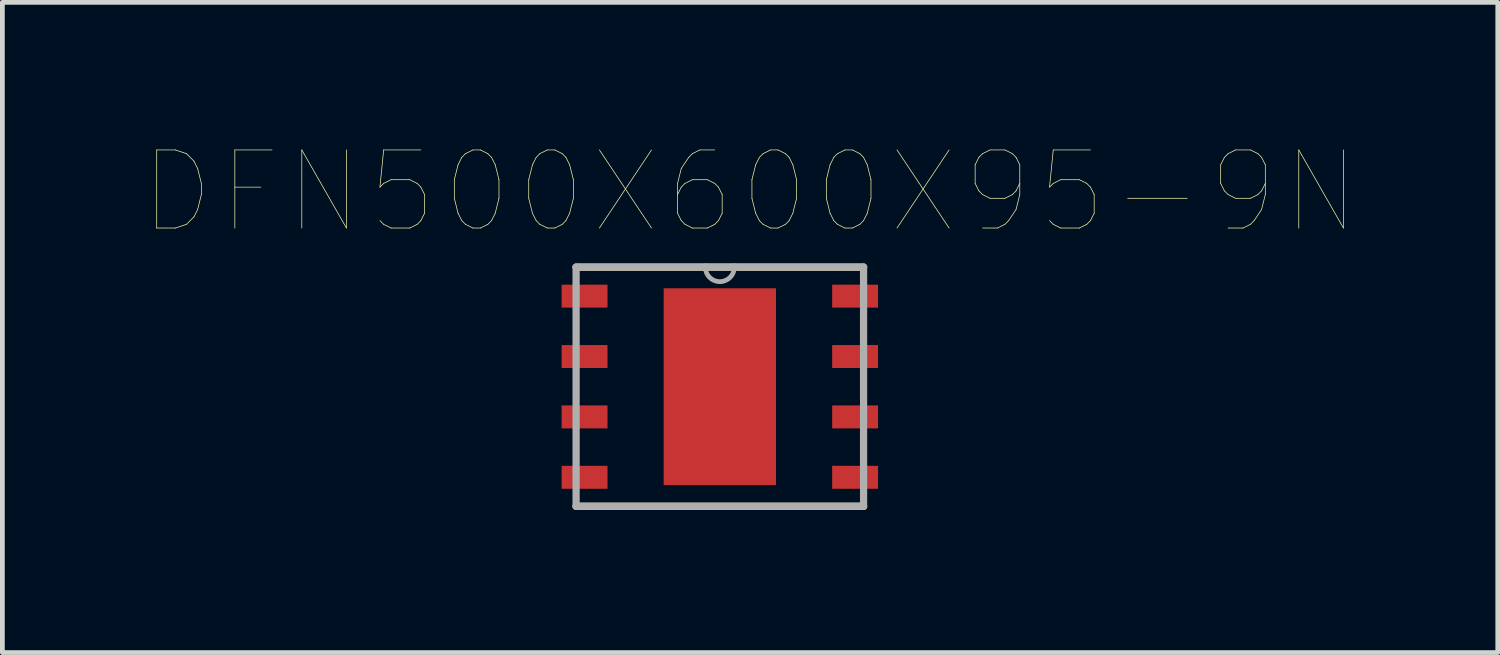
<source format=kicad_pcb>
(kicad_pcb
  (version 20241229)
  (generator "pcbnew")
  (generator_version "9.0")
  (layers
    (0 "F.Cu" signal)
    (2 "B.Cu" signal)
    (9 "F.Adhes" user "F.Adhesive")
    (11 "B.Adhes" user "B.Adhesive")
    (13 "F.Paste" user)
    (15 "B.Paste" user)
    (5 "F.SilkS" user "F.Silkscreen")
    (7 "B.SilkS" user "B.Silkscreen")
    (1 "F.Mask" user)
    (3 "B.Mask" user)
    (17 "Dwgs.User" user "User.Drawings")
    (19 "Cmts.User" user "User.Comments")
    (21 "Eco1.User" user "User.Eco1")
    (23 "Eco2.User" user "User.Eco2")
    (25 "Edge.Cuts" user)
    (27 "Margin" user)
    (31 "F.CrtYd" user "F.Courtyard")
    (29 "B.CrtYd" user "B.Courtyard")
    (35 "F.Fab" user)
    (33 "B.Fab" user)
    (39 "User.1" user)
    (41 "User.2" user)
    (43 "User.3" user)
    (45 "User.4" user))
  (footprint "DFN500X600X95-9N"
    (layer "F.Cu")
    (at 12.089 5.083)
    (property "Reference" "DFN500X600X95-9N" (at 0.636 -4.096 0) (layer "F.SilkS") (effects (font (size 1.643 1.643) (thickness 0.015))))
    (attr through_hole)
    (fp_line (start -3.023 2.515) (end 3.023 2.515) (stroke (width 0.152) (type solid)) (layer "F.SilkS"))
    (fp_line (start 3.023 -2.515) (end -3.023 -2.515) (stroke (width 0.152) (type solid)) (layer "F.SilkS"))
    (fp_line (start -3.023 -2.515) (end -3.023 2.515) (stroke (width 0.152) (type solid)) (layer "F.Fab"))
    (fp_line (start -3.023 2.515) (end 3.023 2.515) (stroke (width 0.152) (type solid)) (layer "F.Fab"))
    (fp_line (start -0.305 -2.515) (end -3.023 -2.515) (stroke (width 0.152) (type solid)) (layer "F.Fab"))
    (fp_line (start 0.305 -2.515) (end -0.305 -2.515) (stroke (width 0.152) (type solid)) (layer "F.Fab"))
    (fp_line (start 3.023 -2.515) (end 0.305 -2.515) (stroke (width 0.152) (type solid)) (layer "F.Fab"))
    (fp_line (start 3.023 2.515) (end 3.023 -2.515) (stroke (width 0.152) (type solid)) (layer "F.Fab"))
    (fp_arc (start 0.3048 -2.5146) (mid 0 -2.2098) (end -0.3048 -2.5146) (stroke (width 0.1) (type solid)) (layer "F.Fab"))
    (pad "1" smd rect (at -2.845 -1.905) (size 0.965 0.483) (layers "F.Cu" "F.Mask" "F.Paste"))
    (pad "2" smd rect (at -2.845 -0.635) (size 0.965 0.483) (layers "F.Cu" "F.Mask" "F.Paste"))
    (pad "3" smd rect (at -2.845 0.635) (size 0.965 0.483) (layers "F.Cu" "F.Mask" "F.Paste"))
    (pad "4" smd rect (at -2.845 1.905) (size 0.965 0.483) (layers "F.Cu" "F.Mask" "F.Paste"))
    (pad "5" smd rect (at 2.845 1.905) (size 0.965 0.483) (layers "F.Cu" "F.Mask" "F.Paste"))
    (pad "6" smd rect (at 2.845 0.635) (size 0.965 0.483) (layers "F.Cu" "F.Mask" "F.Paste"))
    (pad "7" smd rect (at 2.845 -0.635) (size 0.965 0.483) (layers "F.Cu" "F.Mask" "F.Paste"))
    (pad "8" smd rect (at 2.845 -1.905) (size 0.965 0.483) (layers "F.Cu" "F.Mask" "F.Paste"))
    (pad "9" smd rect (at 0 0) (size 2.362 4.14) (layers "F.Cu" "F.Mask" "F.Paste")))
  (gr_rect
    (start -3 -3)
    (end 28.45 10.674)
    (stroke (width 0.1) (type default))
    (fill no)
    (layer "Edge.Cuts")))
</source>
